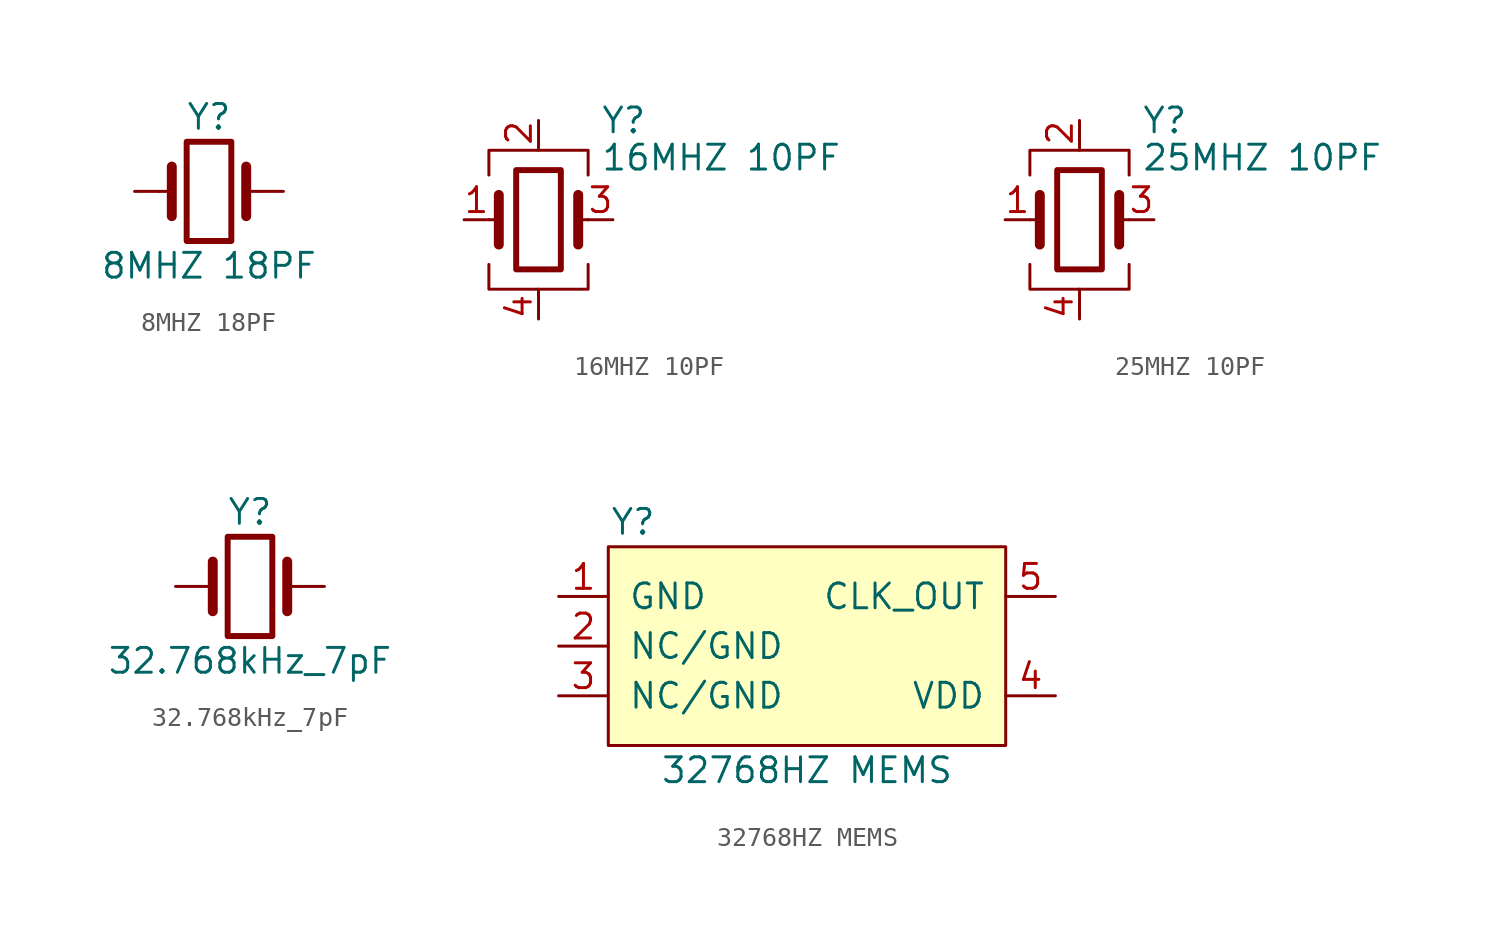
<source format=kicad_sym>
(kicad_symbol_lib
  (version 20231120)
  (generator "kicad_symbol_editor")
  (generator_version "8.0")
  (symbol "8MHZ 18PF"
    (pin_numbers hide)
    (pin_names
      (offset 1.016) hide)
    (property "Reference" "Y"
      (at 0 3.81 0)
      (effects (font (size 1.27 1.27))))
    (property "Value" "8MHZ 18PF"
      (at 0 -3.81 0)
      (effects (font (size 1.27 1.27))))
    (symbol "8MHZ 18PF_0_1"
      (rectangle (start -1.143 2.54) (end 1.143 -2.54) (stroke (width 0.305) (type default)) (fill (type none)))
      (polyline (pts (xy -2.54 0) (xy -1.905 0)) (stroke (width 0) (type default)) (fill (type none)))
      (polyline (pts (xy -1.905 -1.27) (xy -1.905 1.27)) (stroke (width 0.508) (type default)) (fill (type none)))
      (polyline (pts (xy 1.905 -1.27) (xy 1.905 1.27)) (stroke (width 0.508) (type default)) (fill (type none)))
      (polyline (pts (xy 2.54 0) (xy 1.905 0)) (stroke (width 0) (type default)) (fill (type none))))
    (symbol "8MHZ 18PF_1_1"
      (pin passive line (at -3.81 0 0) (length 1.27) (name "1" (effects (font (size 1.27 1.27)))) (number "1" (effects (font (size 1.27 1.27)))))
      (pin passive line (at 3.81 0 180) (length 1.27) (name "2" (effects (font (size 1.27 1.27)))) (number "2" (effects (font (size 1.27 1.27)))))))
  (symbol "16MHZ 10PF"
    (pin_names
      (offset 1.016) hide)
    (property "Reference" "Y"
      (at 3.175 5.08 0)
      (effects (font (size 1.27 1.27)) (justify left)))
    (property "Value" "16MHZ 10PF"
      (at 3.175 3.175 0)
      (effects (font (size 1.27 1.27)) (justify left)))
    (symbol "16MHZ 10PF_0_1"
      (rectangle (start -1.143 2.54) (end 1.143 -2.54) (stroke (width 0.305) (type default)) (fill (type none)))
      (polyline (pts (xy -2.54 0) (xy -2.032 0)) (stroke (width 0) (type default)) (fill (type none)))
      (polyline (pts (xy -2.032 -1.27) (xy -2.032 1.27)) (stroke (width 0.508) (type default)) (fill (type none)))
      (polyline (pts (xy 0 -3.81) (xy 0 -3.556)) (stroke (width 0) (type default)) (fill (type none)))
      (polyline (pts (xy 0 3.556) (xy 0 3.81)) (stroke (width 0) (type default)) (fill (type none)))
      (polyline (pts (xy 2.032 -1.27) (xy 2.032 1.27)) (stroke (width 0.508) (type default)) (fill (type none)))
      (polyline (pts (xy 2.032 0) (xy 2.54 0)) (stroke (width 0) (type default)) (fill (type none)))
      (polyline (pts (xy -2.54 -2.286) (xy -2.54 -3.556) (xy 2.54 -3.556) (xy 2.54 -2.286)) (stroke (width 0) (type default)) (fill (type none)))
      (polyline (pts (xy -2.54 2.286) (xy -2.54 3.556) (xy 2.54 3.556) (xy 2.54 2.286)) (stroke (width 0) (type default)) (fill (type none))))
    (symbol "16MHZ 10PF_1_1"
      (pin passive line (at -3.81 0 0) (length 1.27) (name "1" (effects (font (size 1.27 1.27)))) (number "1" (effects (font (size 1.27 1.27)))))
      (pin passive line (at 0 5.08 270) (length 1.27) (name "2" (effects (font (size 1.27 1.27)))) (number "2" (effects (font (size 1.27 1.27)))))
      (pin passive line (at 3.81 0 180) (length 1.27) (name "3" (effects (font (size 1.27 1.27)))) (number "3" (effects (font (size 1.27 1.27)))))
      (pin passive line (at 0 -5.08 90) (length 1.27) (name "4" (effects (font (size 1.27 1.27)))) (number "4" (effects (font (size 1.27 1.27)))))))
  (symbol "25MHZ 10PF"
    (pin_names
      (offset 1.016) hide)
    (property "Reference" "Y"
      (at 3.175 5.08 0)
      (effects (font (size 1.27 1.27)) (justify left)))
    (property "Value" "25MHZ 10PF"
      (at 3.175 3.175 0)
      (effects (font (size 1.27 1.27)) (justify left)))
    (symbol "25MHZ 10PF_0_1"
      (rectangle (start -1.143 2.54) (end 1.143 -2.54) (stroke (width 0.305) (type default)) (fill (type none)))
      (polyline (pts (xy -2.54 0) (xy -2.032 0)) (stroke (width 0) (type default)) (fill (type none)))
      (polyline (pts (xy -2.032 -1.27) (xy -2.032 1.27)) (stroke (width 0.508) (type default)) (fill (type none)))
      (polyline (pts (xy 0 -3.81) (xy 0 -3.556)) (stroke (width 0) (type default)) (fill (type none)))
      (polyline (pts (xy 0 3.556) (xy 0 3.81)) (stroke (width 0) (type default)) (fill (type none)))
      (polyline (pts (xy 2.032 -1.27) (xy 2.032 1.27)) (stroke (width 0.508) (type default)) (fill (type none)))
      (polyline (pts (xy 2.032 0) (xy 2.54 0)) (stroke (width 0) (type default)) (fill (type none)))
      (polyline (pts (xy -2.54 -2.286) (xy -2.54 -3.556) (xy 2.54 -3.556) (xy 2.54 -2.286)) (stroke (width 0) (type default)) (fill (type none)))
      (polyline (pts (xy -2.54 2.286) (xy -2.54 3.556) (xy 2.54 3.556) (xy 2.54 2.286)) (stroke (width 0) (type default)) (fill (type none))))
    (symbol "25MHZ 10PF_1_1"
      (pin passive line (at -3.81 0 0) (length 1.27) (name "1" (effects (font (size 1.27 1.27)))) (number "1" (effects (font (size 1.27 1.27)))))
      (pin passive line (at 0 5.08 270) (length 1.27) (name "2" (effects (font (size 1.27 1.27)))) (number "2" (effects (font (size 1.27 1.27)))))
      (pin passive line (at 3.81 0 180) (length 1.27) (name "3" (effects (font (size 1.27 1.27)))) (number "3" (effects (font (size 1.27 1.27)))))
      (pin passive line (at 0 -5.08 90) (length 1.27) (name "4" (effects (font (size 1.27 1.27)))) (number "4" (effects (font (size 1.27 1.27)))))))
  (symbol "32.768kHz_7pF"
    (pin_numbers hide)
    (pin_names
      (offset 1.016) hide)
    (property "Reference" "Y"
      (at 0 3.81 0)
      (effects (font (size 1.27 1.27))))
    (property "Value" "32.768kHz_7pF"
      (at 0 -3.81 0)
      (effects (font (size 1.27 1.27))))
    (symbol "32.768kHz_7pF_0_1"
      (rectangle (start -1.143 2.54) (end 1.143 -2.54) (stroke (width 0.305) (type default)) (fill (type none)))
      (polyline (pts (xy -2.54 0) (xy -1.905 0)) (stroke (width 0) (type default)) (fill (type none)))
      (polyline (pts (xy -1.905 -1.27) (xy -1.905 1.27)) (stroke (width 0.508) (type default)) (fill (type none)))
      (polyline (pts (xy 1.905 -1.27) (xy 1.905 1.27)) (stroke (width 0.508) (type default)) (fill (type none)))
      (polyline (pts (xy 2.54 0) (xy 1.905 0)) (stroke (width 0) (type default)) (fill (type none))))
    (symbol "32.768kHz_7pF_1_1"
      (pin passive line (at -3.81 0 0) (length 1.27) (name "1" (effects (font (size 1.27 1.27)))) (number "1" (effects (font (size 1.27 1.27)))))
      (pin passive line (at 3.81 0 180) (length 1.27) (name "2" (effects (font (size 1.27 1.27)))) (number "2" (effects (font (size 1.27 1.27)))))))
  (symbol "32768HZ MEMS"
    (pin_names
      (offset 1.016))
    (property "Reference" "Y"
      (at -8.89 6.35 0)
      (effects (font (size 1.27 1.27))))
    (property "Value" "32768HZ MEMS"
      (at 0 -6.35 0)
      (effects (font (size 1.27 1.27))))
    (symbol "32768HZ MEMS_0_0"
      (pin unspecified line (at -12.7 2.54 0) (length 2.54) (name "GND" (effects (font (size 1.27 1.27)))) (number "1" (effects (font (size 1.27 1.27)))))
      (pin unspecified line (at -12.7 0 0) (length 2.54) (name "NC/GND" (effects (font (size 1.27 1.27)))) (number "2" (effects (font (size 1.27 1.27)))))
      (pin unspecified line (at -12.7 -2.54 0) (length 2.54) (name "NC/GND" (effects (font (size 1.27 1.27)))) (number "3" (effects (font (size 1.27 1.27)))))
      (pin unspecified line (at 12.7 -2.54 180) (length 2.54) (name "VDD" (effects (font (size 1.27 1.27)))) (number "4" (effects (font (size 1.27 1.27)))))
      (pin unspecified line (at 12.7 2.54 180) (length 2.54) (name "CLK_OUT" (effects (font (size 1.27 1.27)))) (number "5" (effects (font (size 1.27 1.27))))))
    (symbol "32768HZ MEMS_0_1"
      (rectangle (start -10.16 5.08) (end 10.16 -5.08) (stroke (width 0) (type default)) (fill (type background))))))
</source>
